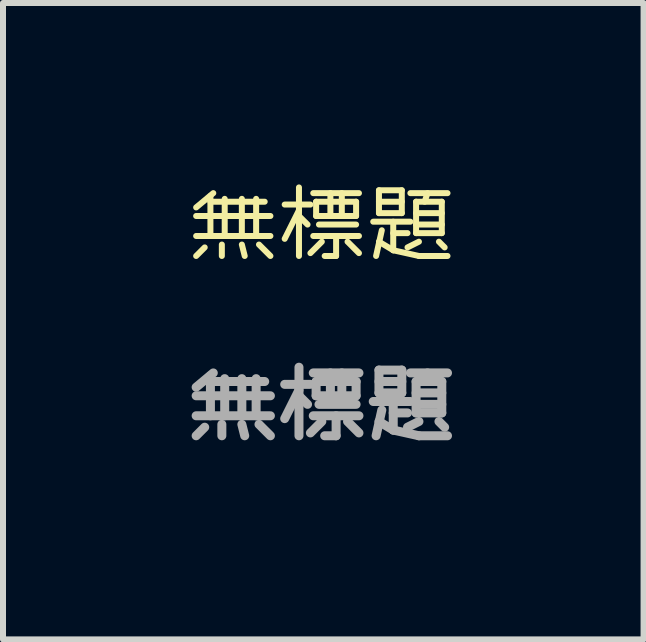
<source format=kicad_pcb>
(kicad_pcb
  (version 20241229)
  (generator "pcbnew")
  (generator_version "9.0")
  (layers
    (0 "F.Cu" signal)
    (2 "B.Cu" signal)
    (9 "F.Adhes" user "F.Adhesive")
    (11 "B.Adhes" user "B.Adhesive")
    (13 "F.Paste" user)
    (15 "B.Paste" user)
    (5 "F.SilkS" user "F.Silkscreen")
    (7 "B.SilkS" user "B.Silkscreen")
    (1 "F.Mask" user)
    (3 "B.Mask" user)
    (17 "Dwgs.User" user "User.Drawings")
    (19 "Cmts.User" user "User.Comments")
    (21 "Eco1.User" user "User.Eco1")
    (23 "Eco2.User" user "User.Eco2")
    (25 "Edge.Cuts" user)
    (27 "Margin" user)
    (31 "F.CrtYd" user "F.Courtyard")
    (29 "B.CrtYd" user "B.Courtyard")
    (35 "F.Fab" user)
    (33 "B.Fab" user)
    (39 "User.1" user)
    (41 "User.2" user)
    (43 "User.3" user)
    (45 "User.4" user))
  (footprint "無標題"
    (layer "F.Cu")
    (at 2.339 1.26)
    (property "Reference" "無標題" (at 0 -0.5 0) (unlocked yes) (layer "F.SilkS") (effects (font (size 1 1) (thickness 0.1))))
    (attr smd)
    (fp_text user "${REFERENCE}" (at 0 2.5 0) (unlocked yes) (layer "F.Fab") (effects (font (size 1 1) (thickness 0.15)))))
  (gr_rect
    (start -3 -3)
    (end 7.679 7.609)
    (stroke (width 0.1) (type default))
    (fill no)
    (layer "Edge.Cuts")))
</source>
